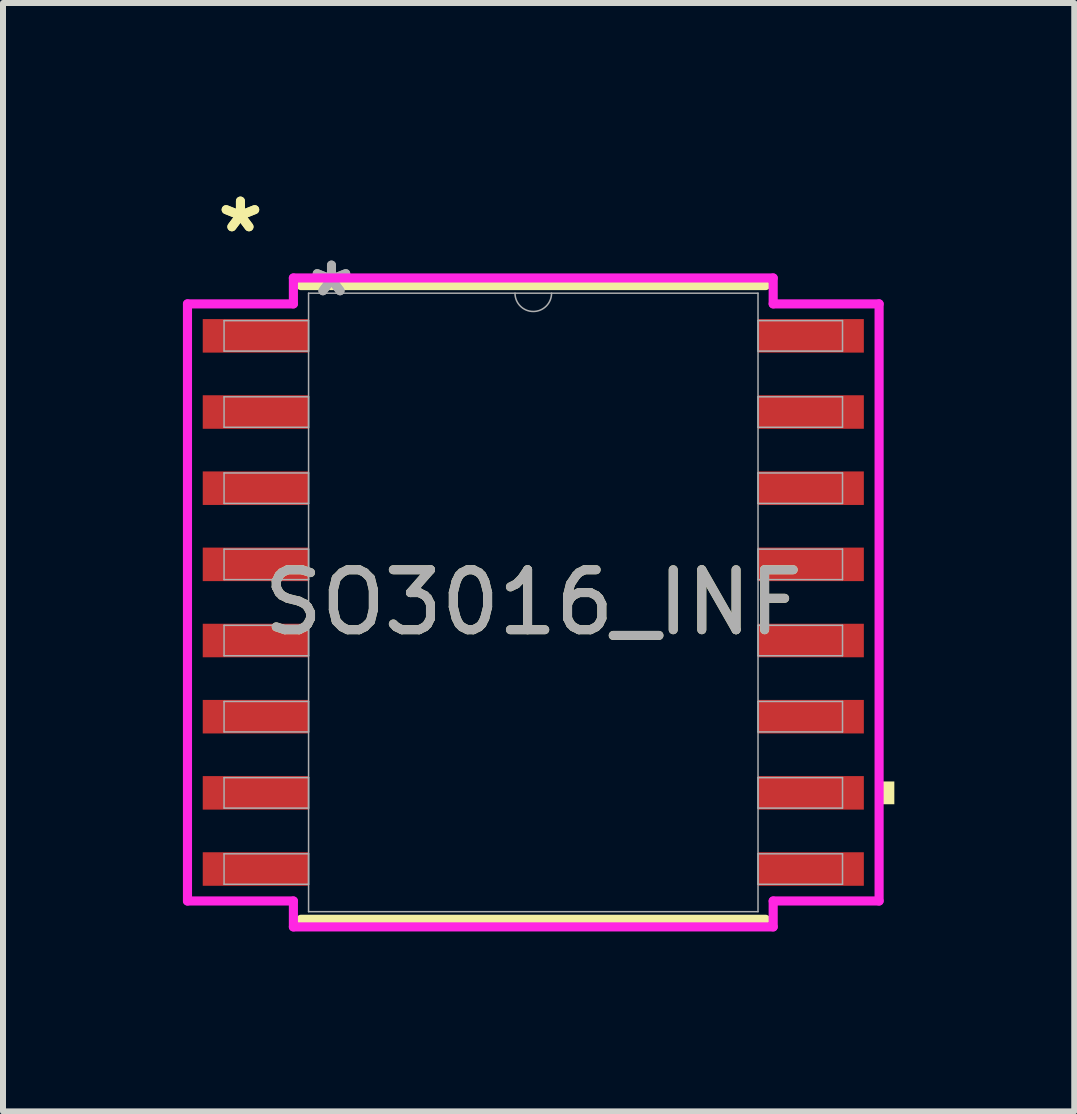
<source format=kicad_pcb>
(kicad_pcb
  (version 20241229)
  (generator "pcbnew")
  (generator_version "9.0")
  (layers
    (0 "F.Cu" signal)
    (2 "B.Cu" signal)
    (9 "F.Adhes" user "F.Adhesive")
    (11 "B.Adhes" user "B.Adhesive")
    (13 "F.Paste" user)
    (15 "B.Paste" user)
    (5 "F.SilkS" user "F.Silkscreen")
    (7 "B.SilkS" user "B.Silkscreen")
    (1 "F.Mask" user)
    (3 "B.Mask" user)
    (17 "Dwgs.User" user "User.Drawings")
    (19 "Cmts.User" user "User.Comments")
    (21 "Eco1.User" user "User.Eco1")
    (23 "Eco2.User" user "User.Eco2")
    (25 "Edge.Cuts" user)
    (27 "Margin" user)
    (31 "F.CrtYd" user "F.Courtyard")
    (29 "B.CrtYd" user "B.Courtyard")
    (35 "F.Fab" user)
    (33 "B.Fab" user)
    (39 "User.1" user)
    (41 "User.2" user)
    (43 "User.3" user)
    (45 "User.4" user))
  (footprint "SO3016_INF"
    (layer "F.Cu")
    (at 5.842 6.995)
    (property "Reference" "SO3016_INF" (at 0 0 0) (unlocked yes) (layer "F.SilkS") (effects (font (size 1 1) (thickness 0.15))))
    (attr smd)
    (fp_line (start -3.873 5.283) (end 3.873 5.283) (stroke (width 0.152) (type solid)) (layer "F.SilkS"))
    (fp_line (start 3.873 -5.283) (end -3.873 -5.283) (stroke (width 0.152) (type solid)) (layer "F.SilkS"))
    (fp_poly (pts (xy 6.02 2.985) (xy 6.02 3.365) (xy 5.766 3.365) (xy 5.766 2.985)) (stroke (width 0) (type solid)) (fill yes) (layer "F.SilkS"))
    (fp_line (start -5.766 -4.978) (end -4 -4.978) (stroke (width 0.152) (type solid)) (layer "F.CrtYd"))
    (fp_line (start -5.766 4.978) (end -5.766 -4.978) (stroke (width 0.152) (type solid)) (layer "F.CrtYd"))
    (fp_line (start -5.766 4.978) (end -4 4.978) (stroke (width 0.152) (type solid)) (layer "F.CrtYd"))
    (fp_line (start -4 -5.41) (end 4 -5.41) (stroke (width 0.152) (type solid)) (layer "F.CrtYd"))
    (fp_line (start -4 -4.978) (end -4 -5.41) (stroke (width 0.152) (type solid)) (layer "F.CrtYd"))
    (fp_line (start -4 5.41) (end -4 4.978) (stroke (width 0.152) (type solid)) (layer "F.CrtYd"))
    (fp_line (start 4 -5.41) (end 4 -4.978) (stroke (width 0.152) (type solid)) (layer "F.CrtYd"))
    (fp_line (start 4 4.978) (end 4 5.41) (stroke (width 0.152) (type solid)) (layer "F.CrtYd"))
    (fp_line (start 4 5.41) (end -4 5.41) (stroke (width 0.152) (type solid)) (layer "F.CrtYd"))
    (fp_line (start 5.766 -4.978) (end 4 -4.978) (stroke (width 0.152) (type solid)) (layer "F.CrtYd"))
    (fp_line (start 5.766 -4.978) (end 5.766 4.978) (stroke (width 0.152) (type solid)) (layer "F.CrtYd"))
    (fp_line (start 5.766 4.978) (end 4 4.978) (stroke (width 0.152) (type solid)) (layer "F.CrtYd"))
    (fp_line (start -5.156 -4.699) (end -5.156 -4.191) (stroke (width 0.025) (type solid)) (layer "F.Fab"))
    (fp_line (start -5.156 -4.191) (end -3.747 -4.191) (stroke (width 0.025) (type solid)) (layer "F.Fab"))
    (fp_line (start -5.156 -3.429) (end -5.156 -2.921) (stroke (width 0.025) (type solid)) (layer "F.Fab"))
    (fp_line (start -5.156 -2.921) (end -3.747 -2.921) (stroke (width 0.025) (type solid)) (layer "F.Fab"))
    (fp_line (start -5.156 -2.159) (end -5.156 -1.651) (stroke (width 0.025) (type solid)) (layer "F.Fab"))
    (fp_line (start -5.156 -1.651) (end -3.747 -1.651) (stroke (width 0.025) (type solid)) (layer "F.Fab"))
    (fp_line (start -5.156 -0.889) (end -5.156 -0.381) (stroke (width 0.025) (type solid)) (layer "F.Fab"))
    (fp_line (start -5.156 -0.381) (end -3.747 -0.381) (stroke (width 0.025) (type solid)) (layer "F.Fab"))
    (fp_line (start -5.156 0.381) (end -5.156 0.889) (stroke (width 0.025) (type solid)) (layer "F.Fab"))
    (fp_line (start -5.156 0.889) (end -3.747 0.889) (stroke (width 0.025) (type solid)) (layer "F.Fab"))
    (fp_line (start -5.156 1.651) (end -5.156 2.159) (stroke (width 0.025) (type solid)) (layer "F.Fab"))
    (fp_line (start -5.156 2.159) (end -3.747 2.159) (stroke (width 0.025) (type solid)) (layer "F.Fab"))
    (fp_line (start -5.156 2.921) (end -5.156 3.429) (stroke (width 0.025) (type solid)) (layer "F.Fab"))
    (fp_line (start -5.156 3.429) (end -3.747 3.429) (stroke (width 0.025) (type solid)) (layer "F.Fab"))
    (fp_line (start -5.156 4.191) (end -5.156 4.699) (stroke (width 0.025) (type solid)) (layer "F.Fab"))
    (fp_line (start -5.156 4.699) (end -3.747 4.699) (stroke (width 0.025) (type solid)) (layer "F.Fab"))
    (fp_line (start -3.747 -5.156) (end -3.747 5.156) (stroke (width 0.025) (type solid)) (layer "F.Fab"))
    (fp_line (start -3.747 -4.699) (end -5.156 -4.699) (stroke (width 0.025) (type solid)) (layer "F.Fab"))
    (fp_line (start -3.747 -4.191) (end -3.747 -4.699) (stroke (width 0.025) (type solid)) (layer "F.Fab"))
    (fp_line (start -3.747 -3.429) (end -5.156 -3.429) (stroke (width 0.025) (type solid)) (layer "F.Fab"))
    (fp_line (start -3.747 -2.921) (end -3.747 -3.429) (stroke (width 0.025) (type solid)) (layer "F.Fab"))
    (fp_line (start -3.747 -2.159) (end -5.156 -2.159) (stroke (width 0.025) (type solid)) (layer "F.Fab"))
    (fp_line (start -3.747 -1.651) (end -3.747 -2.159) (stroke (width 0.025) (type solid)) (layer "F.Fab"))
    (fp_line (start -3.747 -0.889) (end -5.156 -0.889) (stroke (width 0.025) (type solid)) (layer "F.Fab"))
    (fp_line (start -3.747 -0.381) (end -3.747 -0.889) (stroke (width 0.025) (type solid)) (layer "F.Fab"))
    (fp_line (start -3.747 0.381) (end -5.156 0.381) (stroke (width 0.025) (type solid)) (layer "F.Fab"))
    (fp_line (start -3.747 0.889) (end -3.747 0.381) (stroke (width 0.025) (type solid)) (layer "F.Fab"))
    (fp_line (start -3.747 1.651) (end -5.156 1.651) (stroke (width 0.025) (type solid)) (layer "F.Fab"))
    (fp_line (start -3.747 2.159) (end -3.747 1.651) (stroke (width 0.025) (type solid)) (layer "F.Fab"))
    (fp_line (start -3.747 2.921) (end -5.156 2.921) (stroke (width 0.025) (type solid)) (layer "F.Fab"))
    (fp_line (start -3.747 3.429) (end -3.747 2.921) (stroke (width 0.025) (type solid)) (layer "F.Fab"))
    (fp_line (start -3.747 4.191) (end -5.156 4.191) (stroke (width 0.025) (type solid)) (layer "F.Fab"))
    (fp_line (start -3.747 4.699) (end -3.747 4.191) (stroke (width 0.025) (type solid)) (layer "F.Fab"))
    (fp_line (start -3.747 5.156) (end 3.747 5.156) (stroke (width 0.025) (type solid)) (layer "F.Fab"))
    (fp_line (start 3.747 -5.156) (end -3.747 -5.156) (stroke (width 0.025) (type solid)) (layer "F.Fab"))
    (fp_line (start 3.747 -4.699) (end 3.747 -4.191) (stroke (width 0.025) (type solid)) (layer "F.Fab"))
    (fp_line (start 3.747 -4.191) (end 5.156 -4.191) (stroke (width 0.025) (type solid)) (layer "F.Fab"))
    (fp_line (start 3.747 -3.429) (end 3.747 -2.921) (stroke (width 0.025) (type solid)) (layer "F.Fab"))
    (fp_line (start 3.747 -2.921) (end 5.156 -2.921) (stroke (width 0.025) (type solid)) (layer "F.Fab"))
    (fp_line (start 3.747 -2.159) (end 3.747 -1.651) (stroke (width 0.025) (type solid)) (layer "F.Fab"))
    (fp_line (start 3.747 -1.651) (end 5.156 -1.651) (stroke (width 0.025) (type solid)) (layer "F.Fab"))
    (fp_line (start 3.747 -0.889) (end 3.747 -0.381) (stroke (width 0.025) (type solid)) (layer "F.Fab"))
    (fp_line (start 3.747 -0.381) (end 5.156 -0.381) (stroke (width 0.025) (type solid)) (layer "F.Fab"))
    (fp_line (start 3.747 0.381) (end 3.747 0.889) (stroke (width 0.025) (type solid)) (layer "F.Fab"))
    (fp_line (start 3.747 0.889) (end 5.156 0.889) (stroke (width 0.025) (type solid)) (layer "F.Fab"))
    (fp_line (start 3.747 1.651) (end 3.747 2.159) (stroke (width 0.025) (type solid)) (layer "F.Fab"))
    (fp_line (start 3.747 2.159) (end 5.156 2.159) (stroke (width 0.025) (type solid)) (layer "F.Fab"))
    (fp_line (start 3.747 2.921) (end 3.747 3.429) (stroke (width 0.025) (type solid)) (layer "F.Fab"))
    (fp_line (start 3.747 3.429) (end 5.156 3.429) (stroke (width 0.025) (type solid)) (layer "F.Fab"))
    (fp_line (start 3.747 4.191) (end 3.747 4.699) (stroke (width 0.025) (type solid)) (layer "F.Fab"))
    (fp_line (start 3.747 4.699) (end 5.156 4.699) (stroke (width 0.025) (type solid)) (layer "F.Fab"))
    (fp_line (start 3.747 5.156) (end 3.747 -5.156) (stroke (width 0.025) (type solid)) (layer "F.Fab"))
    (fp_line (start 5.156 -4.699) (end 3.747 -4.699) (stroke (width 0.025) (type solid)) (layer "F.Fab"))
    (fp_line (start 5.156 -4.191) (end 5.156 -4.699) (stroke (width 0.025) (type solid)) (layer "F.Fab"))
    (fp_line (start 5.156 -3.429) (end 3.747 -3.429) (stroke (width 0.025) (type solid)) (layer "F.Fab"))
    (fp_line (start 5.156 -2.921) (end 5.156 -3.429) (stroke (width 0.025) (type solid)) (layer "F.Fab"))
    (fp_line (start 5.156 -2.159) (end 3.747 -2.159) (stroke (width 0.025) (type solid)) (layer "F.Fab"))
    (fp_line (start 5.156 -1.651) (end 5.156 -2.159) (stroke (width 0.025) (type solid)) (layer "F.Fab"))
    (fp_line (start 5.156 -0.889) (end 3.747 -0.889) (stroke (width 0.025) (type solid)) (layer "F.Fab"))
    (fp_line (start 5.156 -0.381) (end 5.156 -0.889) (stroke (width 0.025) (type solid)) (layer "F.Fab"))
    (fp_line (start 5.156 0.381) (end 3.747 0.381) (stroke (width 0.025) (type solid)) (layer "F.Fab"))
    (fp_line (start 5.156 0.889) (end 5.156 0.381) (stroke (width 0.025) (type solid)) (layer "F.Fab"))
    (fp_line (start 5.156 1.651) (end 3.747 1.651) (stroke (width 0.025) (type solid)) (layer "F.Fab"))
    (fp_line (start 5.156 2.159) (end 5.156 1.651) (stroke (width 0.025) (type solid)) (layer "F.Fab"))
    (fp_line (start 5.156 2.921) (end 3.747 2.921) (stroke (width 0.025) (type solid)) (layer "F.Fab"))
    (fp_line (start 5.156 3.429) (end 5.156 2.921) (stroke (width 0.025) (type solid)) (layer "F.Fab"))
    (fp_line (start 5.156 4.191) (end 3.747 4.191) (stroke (width 0.025) (type solid)) (layer "F.Fab"))
    (fp_line (start 5.156 4.699) (end 5.156 4.191) (stroke (width 0.025) (type solid)) (layer "F.Fab"))
    (fp_arc (start 0.3048 -5.1562) (mid 0 -4.8514) (end -0.3048 -5.1562) (stroke (width 0.0254) (type solid)) (layer "F.Fab"))
    (fp_text user "*" (at -4.883 -6.147 0) (layer "F.SilkS") (effects (font (size 1 1) (thickness 0.15))))
    (fp_text user "*" (at -4.883 -6.147 0) (unlocked yes) (layer "F.SilkS") (effects (font (size 1 1) (thickness 0.15))))
    (fp_text user "*" (at -3.365 -5.08 0) (unlocked yes) (layer "F.Fab") (effects (font (size 1 1) (thickness 0.15))))
    (fp_text user "*" (at -3.365 -5.08 0) (layer "F.Fab") (effects (font (size 1 1) (thickness 0.15))))
    (fp_text user "${REFERENCE}" (at 0 0 0) (unlocked yes) (layer "F.Fab") (effects (font (size 1 1) (thickness 0.15))))
    (pad "1" smd rect (at -4.629 -4.445) (size 1.765 0.559) (layers "F.Cu" "F.Mask" "F.Paste"))
    (pad "2" smd rect (at -4.629 -3.175) (size 1.765 0.559) (layers "F.Cu" "F.Mask" "F.Paste"))
    (pad "3" smd rect (at -4.629 -1.905) (size 1.765 0.559) (layers "F.Cu" "F.Mask" "F.Paste"))
    (pad "4" smd rect (at -4.629 -0.635) (size 1.765 0.559) (layers "F.Cu" "F.Mask" "F.Paste"))
    (pad "5" smd rect (at -4.629 0.635) (size 1.765 0.559) (layers "F.Cu" "F.Mask" "F.Paste"))
    (pad "6" smd rect (at -4.629 1.905) (size 1.765 0.559) (layers "F.Cu" "F.Mask" "F.Paste"))
    (pad "7" smd rect (at -4.629 3.175) (size 1.765 0.559) (layers "F.Cu" "F.Mask" "F.Paste"))
    (pad "8" smd rect (at -4.629 4.445) (size 1.765 0.559) (layers "F.Cu" "F.Mask" "F.Paste"))
    (pad "9" smd rect (at 4.629 4.445) (size 1.765 0.559) (layers "F.Cu" "F.Mask" "F.Paste"))
    (pad "10" smd rect (at 4.629 3.175) (size 1.765 0.559) (layers "F.Cu" "F.Mask" "F.Paste"))
    (pad "11" smd rect (at 4.629 1.905) (size 1.765 0.559) (layers "F.Cu" "F.Mask" "F.Paste"))
    (pad "12" smd rect (at 4.629 0.635) (size 1.765 0.559) (layers "F.Cu" "F.Mask" "F.Paste"))
    (pad "13" smd rect (at 4.629 -0.635) (size 1.765 0.559) (layers "F.Cu" "F.Mask" "F.Paste"))
    (pad "14" smd rect (at 4.629 -1.905) (size 1.765 0.559) (layers "F.Cu" "F.Mask" "F.Paste"))
    (pad "15" smd rect (at 4.629 -3.175) (size 1.765 0.559) (layers "F.Cu" "F.Mask" "F.Paste"))
    (pad "16" smd rect (at 4.629 -4.445) (size 1.765 0.559) (layers "F.Cu" "F.Mask" "F.Paste")))
  (gr_rect
    (start -3 -3)
    (end 14.862 15.481)
    (stroke (width 0.1) (type default))
    (fill no)
    (layer "Edge.Cuts")))
</source>
